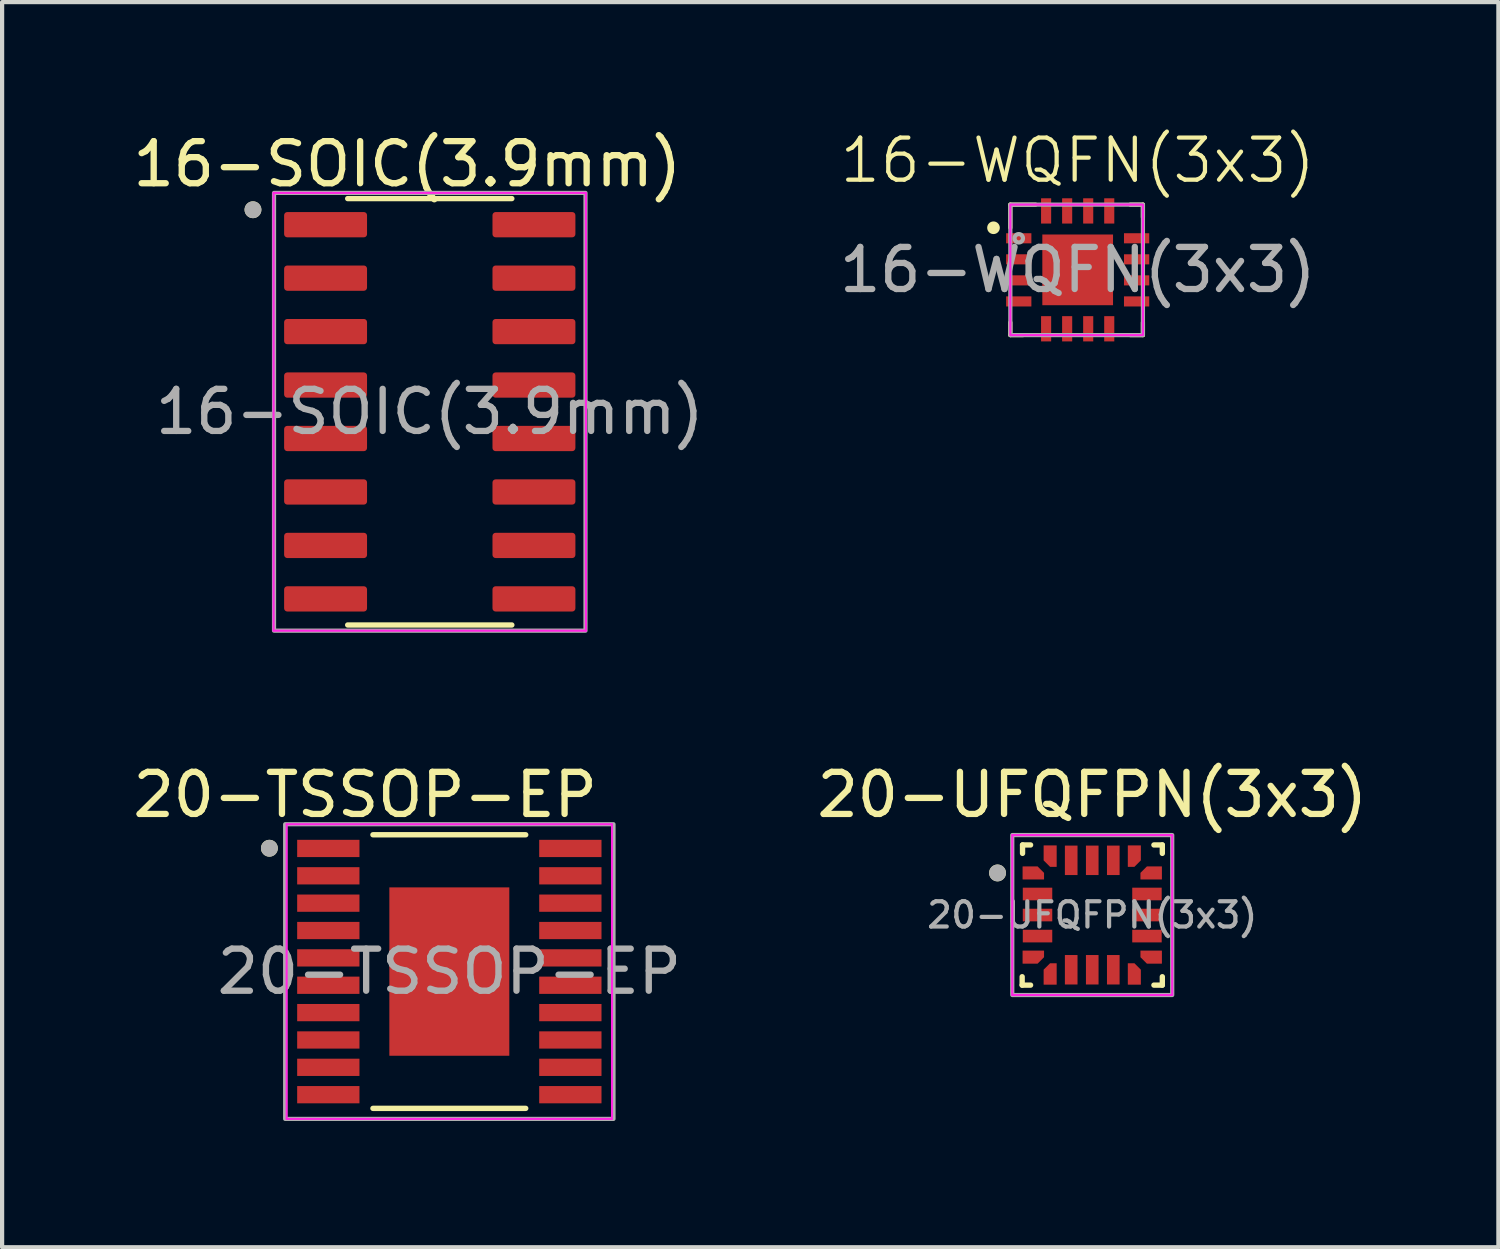
<source format=kicad_pcb>
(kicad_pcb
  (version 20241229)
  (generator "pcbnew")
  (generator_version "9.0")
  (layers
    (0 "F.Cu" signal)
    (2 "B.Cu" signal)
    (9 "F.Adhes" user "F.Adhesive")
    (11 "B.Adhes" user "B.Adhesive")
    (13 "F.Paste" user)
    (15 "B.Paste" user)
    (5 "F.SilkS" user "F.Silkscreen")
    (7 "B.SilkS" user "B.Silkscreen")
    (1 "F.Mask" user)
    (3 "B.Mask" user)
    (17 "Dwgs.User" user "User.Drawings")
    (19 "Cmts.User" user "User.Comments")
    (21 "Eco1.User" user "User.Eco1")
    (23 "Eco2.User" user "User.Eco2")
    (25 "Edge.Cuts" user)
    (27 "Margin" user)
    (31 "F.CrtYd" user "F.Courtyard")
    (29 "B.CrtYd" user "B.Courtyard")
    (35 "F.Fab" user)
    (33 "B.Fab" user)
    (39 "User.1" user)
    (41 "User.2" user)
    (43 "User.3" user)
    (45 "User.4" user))
  (footprint "16-WQFN(3x3)"
    (layer "F.Cu")
    (at 22.553 3.361)
    (property "Reference" "16-WQFN(3x3)" (at 0 -2.6 0) (unlocked yes) (layer "F.SilkS") (effects (font (size 1 1) (thickness 0.1))))
    (attr smd)
    (fp_line (start -1.6 -1.55) (end -1.6 -1) (stroke (width 0.1) (type default)) (layer "F.SilkS"))
    (fp_line (start -1.6 1.25) (end -1.6 1.55) (stroke (width 0.1) (type default)) (layer "F.SilkS"))
    (fp_line (start -1.6 1.55) (end -1.3 1.55) (stroke (width 0.1) (type default)) (layer "F.SilkS"))
    (fp_line (start -1 -1.55) (end -1.6 -1.55) (stroke (width 0.1) (type default)) (layer "F.SilkS"))
    (fp_line (start 1.25 1.55) (end 1.55 1.55) (stroke (width 0.1) (type default)) (layer "F.SilkS"))
    (fp_line (start 1.55 -1.55) (end 1.25 -1.55) (stroke (width 0.1) (type default)) (layer "F.SilkS"))
    (fp_line (start 1.55 -1.25) (end 1.55 -1.55) (stroke (width 0.1) (type default)) (layer "F.SilkS"))
    (fp_line (start 1.55 1.55) (end 1.55 1.25) (stroke (width 0.1) (type default)) (layer "F.SilkS"))
    (fp_circle (center -2 -1) (end -1.9 -1) (stroke (width 0.1) (type solid)) (fill yes) (layer "F.SilkS"))
    (fp_rect (start -1.6 -1.55) (end 1.55 1.55) (stroke (width 0.05) (type default)) (fill no) (layer "F.CrtYd"))
    (fp_rect (start -1.6 -1.55) (end 1.55 1.55) (stroke (width 0.1) (type default)) (fill no) (layer "F.Fab"))
    (fp_circle (center -1.4 -0.75) (end -1.3 -0.75) (stroke (width 0.1) (type solid)) (fill no) (layer "F.Fab"))
    (fp_text user "${REFERENCE}" (at 0 0 0) (unlocked yes) (layer "F.Fab") (effects (font (size 1 1) (thickness 0.15))))
    (pad "1" smd rect (at -1.4 -0.75) (size 0.6 0.24) (layers "F.Cu" "F.Mask" "F.Paste"))
    (pad "2" smd rect (at -1.4 -0.25) (size 0.6 0.24) (layers "F.Cu" "F.Mask" "F.Paste"))
    (pad "3" smd rect (at -1.4 0.25) (size 0.6 0.24) (layers "F.Cu" "F.Mask" "F.Paste"))
    (pad "4" smd rect (at -1.4 0.75) (size 0.6 0.24) (layers "F.Cu" "F.Mask" "F.Paste"))
    (pad "5" smd rect (at -0.75 1.4 90) (size 0.6 0.24) (layers "F.Cu" "F.Mask" "F.Paste"))
    (pad "6" smd rect (at -0.25 1.4 90) (size 0.6 0.24) (layers "F.Cu" "F.Mask" "F.Paste"))
    (pad "7" smd rect (at 0.25 1.4 90) (size 0.6 0.24) (layers "F.Cu" "F.Mask" "F.Paste"))
    (pad "8" smd rect (at 0.75 1.4 90) (size 0.6 0.24) (layers "F.Cu" "F.Mask" "F.Paste"))
    (pad "9" smd rect (at 1.4 0.75) (size 0.6 0.24) (layers "F.Cu" "F.Mask" "F.Paste"))
    (pad "10" smd rect (at 1.4 0.25) (size 0.6 0.24) (layers "F.Cu" "F.Mask" "F.Paste"))
    (pad "11" smd rect (at 1.4 -0.25) (size 0.6 0.24) (layers "F.Cu" "F.Mask" "F.Paste"))
    (pad "12" smd rect (at 1.4 -0.75) (size 0.6 0.24) (layers "F.Cu" "F.Mask" "F.Paste"))
    (pad "13" smd rect (at 0.75 -1.4 90) (size 0.6 0.24) (layers "F.Cu" "F.Mask" "F.Paste"))
    (pad "14" smd rect (at 0.25 -1.4 90) (size 0.6 0.24) (layers "F.Cu" "F.Mask" "F.Paste"))
    (pad "15" smd rect (at -0.25 -1.4 90) (size 0.6 0.24) (layers "F.Cu" "F.Mask" "F.Paste"))
    (pad "16" smd rect (at -0.75 -1.4 90) (size 0.6 0.24) (layers "F.Cu" "F.Mask" "F.Paste"))
    (pad "17" smd rect (at 0 0 90) (size 1.68 1.68) (layers "F.Cu" "F.Mask" "F.Paste")))
  (footprint "16-SOIC(3.9mm)"
    (layer "F.Cu")
    (at 7.16 6.733)
    (property "Reference" "16-SOIC(3.9mm)" (at -0.535 -5.885 0) (layer "F.SilkS") (effects (font (size 1 1) (thickness 0.15))))
    (attr smd)
    (fp_line (start -1.95 -5.065) (end 1.95 -5.065) (stroke (width 0.127) (type solid)) (layer "F.SilkS"))
    (fp_line (start -1.95 5.065) (end 1.95 5.065) (stroke (width 0.127) (type solid)) (layer "F.SilkS"))
    (fp_circle (center -4.2 -4.8) (end -4.1 -4.8) (stroke (width 0.2) (type solid)) (fill no) (layer "F.SilkS"))
    (fp_line (start -3.71 -5.2) (end -3.71 5.2) (stroke (width 0.05) (type solid)) (layer "F.CrtYd"))
    (fp_line (start -3.71 -5.2) (end 3.71 -5.2) (stroke (width 0.05) (type solid)) (layer "F.CrtYd"))
    (fp_line (start -3.71 5.2) (end 3.71 5.2) (stroke (width 0.05) (type solid)) (layer "F.CrtYd"))
    (fp_line (start 3.71 -5.2) (end 3.71 5.2) (stroke (width 0.05) (type solid)) (layer "F.CrtYd"))
    (fp_rect (start -3.7 -5.2) (end 3.7 5.2) (stroke (width 0.1) (type default)) (fill no) (layer "F.Fab"))
    (fp_circle (center -4.2 -4.8) (end -4.1 -4.8) (stroke (width 0.2) (type solid)) (fill no) (layer "F.Fab"))
    (fp_text user "${REFERENCE}" (at 0 0 0) (unlocked yes) (layer "F.Fab") (effects (font (size 1 1) (thickness 0.15))))
    (pad "1" smd roundrect (at -2.475 -4.445) (size 1.97 0.6) (layers "F.Cu" "F.Mask" "F.Paste") (roundrect_rratio 0.125))
    (pad "2" smd roundrect (at -2.475 -3.175) (size 1.97 0.6) (layers "F.Cu" "F.Mask" "F.Paste") (roundrect_rratio 0.125))
    (pad "3" smd roundrect (at -2.475 -1.905) (size 1.97 0.6) (layers "F.Cu" "F.Mask" "F.Paste") (roundrect_rratio 0.125))
    (pad "4" smd roundrect (at -2.475 -0.635) (size 1.97 0.6) (layers "F.Cu" "F.Mask" "F.Paste") (roundrect_rratio 0.125))
    (pad "5" smd roundrect (at -2.475 0.635) (size 1.97 0.6) (layers "F.Cu" "F.Mask" "F.Paste") (roundrect_rratio 0.125))
    (pad "6" smd roundrect (at -2.475 1.905) (size 1.97 0.6) (layers "F.Cu" "F.Mask" "F.Paste") (roundrect_rratio 0.125))
    (pad "7" smd roundrect (at -2.475 3.175) (size 1.97 0.6) (layers "F.Cu" "F.Mask" "F.Paste") (roundrect_rratio 0.125))
    (pad "8" smd roundrect (at -2.475 4.445) (size 1.97 0.6) (layers "F.Cu" "F.Mask" "F.Paste") (roundrect_rratio 0.125))
    (pad "9" smd roundrect (at 2.475 4.445) (size 1.97 0.6) (layers "F.Cu" "F.Mask" "F.Paste") (roundrect_rratio 0.125))
    (pad "10" smd roundrect (at 2.475 3.175) (size 1.97 0.6) (layers "F.Cu" "F.Mask" "F.Paste") (roundrect_rratio 0.125))
    (pad "11" smd roundrect (at 2.475 1.905) (size 1.97 0.6) (layers "F.Cu" "F.Mask" "F.Paste") (roundrect_rratio 0.125))
    (pad "12" smd roundrect (at 2.475 0.635) (size 1.97 0.6) (layers "F.Cu" "F.Mask" "F.Paste") (roundrect_rratio 0.125))
    (pad "13" smd roundrect (at 2.475 -0.635) (size 1.97 0.6) (layers "F.Cu" "F.Mask" "F.Paste") (roundrect_rratio 0.125))
    (pad "14" smd roundrect (at 2.475 -1.905) (size 1.97 0.6) (layers "F.Cu" "F.Mask" "F.Paste") (roundrect_rratio 0.125))
    (pad "15" smd roundrect (at 2.475 -3.175) (size 1.97 0.6) (layers "F.Cu" "F.Mask" "F.Paste") (roundrect_rratio 0.125))
    (pad "16" smd roundrect (at 2.475 -4.445) (size 1.97 0.6) (layers "F.Cu" "F.Mask" "F.Paste") (roundrect_rratio 0.125)))
  (footprint "20-UFQFPN(3x3)"
    (layer "F.Cu")
    (at 22.899 18.689)
    (property "Reference" "20-UFQFPN(3x3)" (at 0 -2.857 0) (layer "F.SilkS") (effects (font (size 1 1) (thickness 0.15))))
    (attr smd)
    (fp_poly (pts (xy -1.7 -0.7) (xy -0.9 -0.7) (xy -0.9 -0.3) (xy -1.7 -0.3)) (stroke (width 0.01) (type solid)) (fill yes) (layer "F.Mask"))
    (fp_poly (pts (xy -1.7 -0.2) (xy -0.9 -0.2) (xy -0.9 0.2) (xy -1.7 0.2)) (stroke (width 0.01) (type solid)) (fill yes) (layer "F.Mask"))
    (fp_poly (pts (xy -1.7 0.3) (xy -0.9 0.3) (xy -0.9 0.7) (xy -1.7 0.7)) (stroke (width 0.01) (type solid)) (fill yes) (layer "F.Mask"))
    (fp_poly (pts (xy -0.7 -1.7) (xy -0.3 -1.7) (xy -0.3 -0.9) (xy -0.7 -0.9)) (stroke (width 0.01) (type solid)) (fill yes) (layer "F.Mask"))
    (fp_poly (pts (xy -0.7 0.9) (xy -0.3 0.9) (xy -0.3 1.7) (xy -0.7 1.7)) (stroke (width 0.01) (type solid)) (fill yes) (layer "F.Mask"))
    (fp_poly (pts (xy -0.2 -1.7) (xy 0.2 -1.7) (xy 0.2 -0.9) (xy -0.2 -0.9)) (stroke (width 0.01) (type solid)) (fill yes) (layer "F.Mask"))
    (fp_poly (pts (xy -0.2 0.9) (xy 0.2 0.9) (xy 0.2 1.7) (xy -0.2 1.7)) (stroke (width 0.01) (type solid)) (fill yes) (layer "F.Mask"))
    (fp_poly (pts (xy 0.3 -1.7) (xy 0.7 -1.7) (xy 0.7 -0.9) (xy 0.3 -0.9)) (stroke (width 0.01) (type solid)) (fill yes) (layer "F.Mask"))
    (fp_poly (pts (xy 0.3 0.9) (xy 0.7 0.9) (xy 0.7 1.7) (xy 0.3 1.7)) (stroke (width 0.01) (type solid)) (fill yes) (layer "F.Mask"))
    (fp_poly (pts (xy 0.9 -0.7) (xy 1.7 -0.7) (xy 1.7 -0.3) (xy 0.9 -0.3)) (stroke (width 0.01) (type solid)) (fill yes) (layer "F.Mask"))
    (fp_poly (pts (xy 0.9 -0.2) (xy 1.7 -0.2) (xy 1.7 0.2) (xy 0.9 0.2)) (stroke (width 0.01) (type solid)) (fill yes) (layer "F.Mask"))
    (fp_poly (pts (xy 0.9 0.3) (xy 1.7 0.3) (xy 1.7 0.7) (xy 0.9 0.7)) (stroke (width 0.01) (type solid)) (fill yes) (layer "F.Mask"))
    (fp_poly (pts (xy -1.7 -1.2) (xy -1.7 -0.8) (xy -1.1 -0.8) (xy -1.1 -1.021) (xy -1.279 -1.2)) (stroke (width 0.01) (type solid)) (fill yes) (layer "F.Mask"))
    (fp_poly (pts (xy -1.279 1.2) (xy -1.7 1.2) (xy -1.7 0.8) (xy -1.1 0.8) (xy -1.1 1.021)) (stroke (width 0.01) (type solid)) (fill yes) (layer "F.Mask"))
    (fp_poly (pts (xy -1.2 -1.7) (xy -1.2 -1.279) (xy -1.021 -1.1) (xy -0.8 -1.1) (xy -0.8 -1.7)) (stroke (width 0.01) (type solid)) (fill yes) (layer "F.Mask"))
    (fp_poly (pts (xy -1.2 1.279) (xy -1.2 1.7) (xy -0.8 1.7) (xy -0.8 1.1) (xy -1.021 1.1)) (stroke (width 0.01) (type solid)) (fill yes) (layer "F.Mask"))
    (fp_poly (pts (xy 0.8 1.1) (xy 0.8 1.7) (xy 1.2 1.7) (xy 1.2 1.279) (xy 1.021 1.1)) (stroke (width 0.01) (type solid)) (fill yes) (layer "F.Mask"))
    (fp_poly (pts (xy 1.021 -1.1) (xy 0.8 -1.1) (xy 0.8 -1.7) (xy 1.2 -1.7) (xy 1.2 -1.279)) (stroke (width 0.01) (type solid)) (fill yes) (layer "F.Mask"))
    (fp_poly (pts (xy 1.1 -1.021) (xy 1.1 -0.8) (xy 1.7 -0.8) (xy 1.7 -1.2) (xy 1.279 -1.2)) (stroke (width 0.01) (type solid)) (fill yes) (layer "F.Mask"))
    (fp_poly (pts (xy 1.279 1.2) (xy 1.1 1.021) (xy 1.1 0.8) (xy 1.7 0.8) (xy 1.7 1.2)) (stroke (width 0.01) (type solid)) (fill yes) (layer "F.Mask"))
    (fp_line (start -1.665 1.465) (end -1.665 1.665) (stroke (width 0.127) (type solid)) (layer "F.SilkS"))
    (fp_line (start -1.665 1.665) (end -1.465 1.665) (stroke (width 0.127) (type solid)) (layer "F.SilkS"))
    (fp_line (start -1.656 -1.665) (end -1.656 -1.465) (stroke (width 0.127) (type solid)) (layer "F.SilkS"))
    (fp_line (start -1.465 -1.665) (end -1.656 -1.665) (stroke (width 0.127) (type solid)) (layer "F.SilkS"))
    (fp_line (start 1.465 -1.665) (end 1.665 -1.665) (stroke (width 0.127) (type solid)) (layer "F.SilkS"))
    (fp_line (start 1.465 1.665) (end 1.665 1.665) (stroke (width 0.127) (type solid)) (layer "F.SilkS"))
    (fp_line (start 1.665 -1.665) (end 1.665 -1.465) (stroke (width 0.127) (type solid)) (layer "F.SilkS"))
    (fp_line (start 1.665 1.665) (end 1.665 1.465) (stroke (width 0.127) (type solid)) (layer "F.SilkS"))
    (fp_circle (center -2.25 -1) (end -2.15 -1) (stroke (width 0.2) (type solid)) (fill no) (layer "F.SilkS"))
    (fp_poly (pts (xy -1.65 -1.15) (xy -1.65 -0.85) (xy -1.15 -0.85) (xy -1.15 -1) (xy -1.3 -1.15)) (stroke (width 0.01) (type solid)) (fill yes) (layer "F.Paste"))
    (fp_poly (pts (xy -1.3 1.15) (xy -1.65 1.15) (xy -1.65 0.85) (xy -1.15 0.85) (xy -1.15 1)) (stroke (width 0.01) (type solid)) (fill yes) (layer "F.Paste"))
    (fp_poly (pts (xy -1.15 -1.65) (xy -1.15 -1.3) (xy -1 -1.15) (xy -0.85 -1.15) (xy -0.85 -1.65)) (stroke (width 0.01) (type solid)) (fill yes) (layer "F.Paste"))
    (fp_poly (pts (xy -0.85 1.65) (xy -1.15 1.65) (xy -1.15 1.3) (xy -1 1.15) (xy -0.85 1.15)) (stroke (width 0.01) (type solid)) (fill yes) (layer "F.Paste"))
    (fp_poly (pts (xy 0.85 -1.65) (xy 0.85 -1.15) (xy 1 -1.15) (xy 1.15 -1.3) (xy 1.15 -1.65)) (stroke (width 0.01) (type solid)) (fill yes) (layer "F.Paste"))
    (fp_poly (pts (xy 0.85 1.15) (xy 0.85 1.65) (xy 1.15 1.65) (xy 1.15 1.3) (xy 1 1.15)) (stroke (width 0.01) (type solid)) (fill yes) (layer "F.Paste"))
    (fp_poly (pts (xy 1.3 1.15) (xy 1.15 1) (xy 1.15 0.85) (xy 1.65 0.85) (xy 1.65 1.15)) (stroke (width 0.01) (type solid)) (fill yes) (layer "F.Paste"))
    (fp_poly (pts (xy 1.65 -0.85) (xy 1.15 -0.85) (xy 1.15 -1) (xy 1.3 -1.15) (xy 1.65 -1.15)) (stroke (width 0.01) (type solid)) (fill yes) (layer "F.Paste"))
    (fp_line (start -1.9 -1.9) (end 1.9 -1.9) (stroke (width 0.05) (type solid)) (layer "F.CrtYd"))
    (fp_line (start -1.9 1.9) (end -1.9 -1.9) (stroke (width 0.05) (type solid)) (layer "F.CrtYd"))
    (fp_line (start 1.9 -1.9) (end 1.9 1.9) (stroke (width 0.05) (type solid)) (layer "F.CrtYd"))
    (fp_line (start 1.9 1.9) (end -1.9 1.9) (stroke (width 0.05) (type solid)) (layer "F.CrtYd"))
    (fp_rect (start -1.9 -1.9) (end 1.9 1.9) (stroke (width 0.1) (type default)) (fill no) (layer "F.Fab"))
    (fp_circle (center -2.25 -1) (end -2.15 -1) (stroke (width 0.2) (type solid)) (fill no) (layer "F.Fab"))
    (fp_text user "${REFERENCE}" (at 0 0 0) (unlocked yes) (layer "F.Fab") (effects (font (size 0.6 0.6) (thickness 0.1))))
    (pad "1" smd custom (at -1.475 -1) (size 0.35 0.3) (layers "F.Cu") (options (anchor rect)) (primitives (gr_poly (pts (xy -0.175 -0.15) (xy -0.175 0.15) (xy 0.325 0.15) (xy 0.325 0) (xy 0.175 -0.15)) (width 0.01) (fill yes))))
    (pad "2" smd rect (at -1.3 -0.5) (size 0.7 0.3) (layers "F.Cu" "F.Paste"))
    (pad "3" smd rect (at -1.3 0) (size 0.7 0.3) (layers "F.Cu" "F.Paste"))
    (pad "4" smd rect (at -1.3 0.5) (size 0.7 0.3) (layers "F.Cu" "F.Paste"))
    (pad "5" smd custom (at -1.475 1) (size 0.35 0.3) (layers "F.Cu") (options (anchor rect)) (primitives (gr_poly (pts (xy 0.175 0.15) (xy -0.175 0.15) (xy -0.175 -0.15) (xy 0.325 -0.15) (xy 0.325 0)) (width 0.01) (fill yes))))
    (pad "6" smd custom (at -1 1.475) (size 0.3 0.35) (layers "F.Cu") (options (anchor rect)) (primitives (gr_poly (pts (xy 0.15 0.175) (xy -0.15 0.175) (xy -0.15 -0.175) (xy 0 -0.325) (xy 0.15 -0.325)) (width 0.01) (fill yes))))
    (pad "7" smd rect (at -0.5 1.3) (size 0.3 0.7) (layers "F.Cu" "F.Paste"))
    (pad "8" smd rect (at 0 1.3) (size 0.3 0.7) (layers "F.Cu" "F.Paste"))
    (pad "9" smd rect (at 0.5 1.3) (size 0.3 0.7) (layers "F.Cu" "F.Paste"))
    (pad "10" smd custom (at 1 1.475) (size 0.3 0.35) (layers "F.Cu") (options (anchor rect)) (primitives (gr_poly (pts (xy -0.15 -0.325) (xy -0.15 0.175) (xy 0.15 0.175) (xy 0.15 -0.175) (xy 0 -0.325)) (width 0.01) (fill yes))))
    (pad "11" smd custom (at 1.475 1) (size 0.35 0.3) (layers "F.Cu") (options (anchor rect)) (primitives (gr_poly (pts (xy -0.175 0.15) (xy -0.325 0) (xy -0.325 -0.15) (xy 0.175 -0.15) (xy 0.175 0.15)) (width 0.01) (fill yes))))
    (pad "12" smd rect (at 1.3 0.5) (size 0.7 0.3) (layers "F.Cu" "F.Paste"))
    (pad "13" smd rect (at 1.3 0) (size 0.7 0.3) (layers "F.Cu" "F.Paste"))
    (pad "14" smd rect (at 1.3 -0.5) (size 0.7 0.3) (layers "F.Cu" "F.Paste"))
    (pad "15" smd custom (at 1.475 -1) (size 0.35 0.3) (layers "F.Cu") (options (anchor rect)) (primitives (gr_poly (pts (xy 0.175 0.15) (xy -0.325 0.15) (xy -0.325 0) (xy -0.175 -0.15) (xy 0.175 -0.15)) (width 0.01) (fill yes))))
    (pad "16" smd custom (at 1 -1.475) (size 0.3 0.35) (layers "F.Cu") (options (anchor rect)) (primitives (gr_poly (pts (xy -0.15 -0.175) (xy -0.15 0.325) (xy 0 0.325) (xy 0.15 0.175) (xy 0.15 -0.175)) (width 0.01) (fill yes))))
    (pad "17" smd rect (at 0.5 -1.3) (size 0.3 0.7) (layers "F.Cu" "F.Paste"))
    (pad "18" smd rect (at 0 -1.3) (size 0.3 0.7) (layers "F.Cu" "F.Paste"))
    (pad "19" smd rect (at -0.5 -1.3) (size 0.3 0.7) (layers "F.Cu" "F.Paste"))
    (pad "20" smd custom (at -1 -1.475) (size 0.3 0.35) (layers "F.Cu") (options (anchor rect)) (primitives (gr_poly (pts (xy -0.15 -0.175) (xy -0.15 0.175) (xy 0 0.325) (xy 0.15 0.325) (xy 0.15 -0.175)) (width 0.01) (fill yes)))))
  (footprint "20-TSSOP-EP"
    (layer "F.Cu")
    (at 7.625 20.032)
    (property "Reference" "20-TSSOP-EP" (at -2 -4.2 0) (layer "F.SilkS") (effects (font (size 1 1) (thickness 0.15))))
    (attr smd)
    (fp_line (start -1.815 -3.25) (end 1.815 -3.25) (stroke (width 0.127) (type solid)) (layer "F.SilkS"))
    (fp_line (start -1.815 3.25) (end 1.815 3.25) (stroke (width 0.127) (type solid)) (layer "F.SilkS"))
    (fp_circle (center -4.275 -2.93) (end -4.175 -2.93) (stroke (width 0.2) (type solid)) (fill no) (layer "F.SilkS"))
    (fp_poly (pts (xy -0.901 -1.265) (xy 0.901 -1.265) (xy 0.901 1.265) (xy -0.901 1.265)) (stroke (width 0.01) (type solid)) (fill yes) (layer "F.Paste"))
    (fp_line (start -3.865 -3.5) (end -3.865 3.5) (stroke (width 0.05) (type solid)) (layer "F.CrtYd"))
    (fp_line (start -3.865 3.5) (end 3.865 3.5) (stroke (width 0.05) (type solid)) (layer "F.CrtYd"))
    (fp_line (start 3.865 -3.5) (end -3.865 -3.5) (stroke (width 0.05) (type solid)) (layer "F.CrtYd"))
    (fp_line (start 3.865 3.5) (end 3.865 -3.5) (stroke (width 0.05) (type solid)) (layer "F.CrtYd"))
    (fp_rect (start -3.9 -3.5) (end 3.9 3.5) (stroke (width 0.1) (type default)) (fill no) (layer "F.Fab"))
    (fp_circle (center -4.275 -2.93) (end -4.175 -2.93) (stroke (width 0.2) (type solid)) (fill no) (layer "F.Fab"))
    (fp_text user "${REFERENCE}" (at 0 0 0) (unlocked yes) (layer "F.Fab") (effects (font (size 1 1) (thickness 0.15))))
    (pad "1" smd rect (at -2.875 -2.925) (size 1.48 0.41) (layers "F.Cu" "F.Mask" "F.Paste"))
    (pad "2" smd rect (at -2.875 -2.275) (size 1.48 0.41) (layers "F.Cu" "F.Mask" "F.Paste"))
    (pad "3" smd rect (at -2.875 -1.625) (size 1.48 0.41) (layers "F.Cu" "F.Mask" "F.Paste"))
    (pad "4" smd rect (at -2.875 -0.975) (size 1.48 0.41) (layers "F.Cu" "F.Mask" "F.Paste"))
    (pad "5" smd rect (at -2.875 -0.325) (size 1.48 0.41) (layers "F.Cu" "F.Mask" "F.Paste"))
    (pad "6" smd rect (at -2.875 0.325) (size 1.48 0.41) (layers "F.Cu" "F.Mask" "F.Paste"))
    (pad "7" smd rect (at -2.875 0.975) (size 1.48 0.41) (layers "F.Cu" "F.Mask" "F.Paste"))
    (pad "8" smd rect (at -2.875 1.625) (size 1.48 0.41) (layers "F.Cu" "F.Mask" "F.Paste"))
    (pad "9" smd rect (at -2.875 2.275) (size 1.48 0.41) (layers "F.Cu" "F.Mask" "F.Paste"))
    (pad "10" smd rect (at -2.875 2.925) (size 1.48 0.41) (layers "F.Cu" "F.Mask" "F.Paste"))
    (pad "11" smd rect (at 2.875 2.925) (size 1.48 0.41) (layers "F.Cu" "F.Mask" "F.Paste"))
    (pad "12" smd rect (at 2.875 2.275) (size 1.48 0.41) (layers "F.Cu" "F.Mask" "F.Paste"))
    (pad "13" smd rect (at 2.875 1.625) (size 1.48 0.41) (layers "F.Cu" "F.Mask" "F.Paste"))
    (pad "14" smd rect (at 2.875 0.975) (size 1.48 0.41) (layers "F.Cu" "F.Mask" "F.Paste"))
    (pad "15" smd rect (at 2.875 0.325) (size 1.48 0.41) (layers "F.Cu" "F.Mask" "F.Paste"))
    (pad "16" smd rect (at 2.875 -0.325) (size 1.48 0.41) (layers "F.Cu" "F.Mask" "F.Paste"))
    (pad "17" smd rect (at 2.875 -0.975) (size 1.48 0.41) (layers "F.Cu" "F.Mask" "F.Paste"))
    (pad "18" smd rect (at 2.875 -1.625) (size 1.48 0.41) (layers "F.Cu" "F.Mask" "F.Paste"))
    (pad "19" smd rect (at 2.875 -2.275) (size 1.48 0.41) (layers "F.Cu" "F.Mask" "F.Paste"))
    (pad "20" smd rect (at 2.875 -2.925) (size 1.48 0.41) (layers "F.Cu" "F.Mask" "F.Paste"))
    (pad "21" smd rect (at 0 0) (size 2.85 4) (layers "F.Cu" "F.Mask")))
  (gr_rect
    (start -3 -3)
    (end 32.548 26.581)
    (stroke (width 0.1) (type default))
    (fill no)
    (layer "Edge.Cuts")))
</source>
